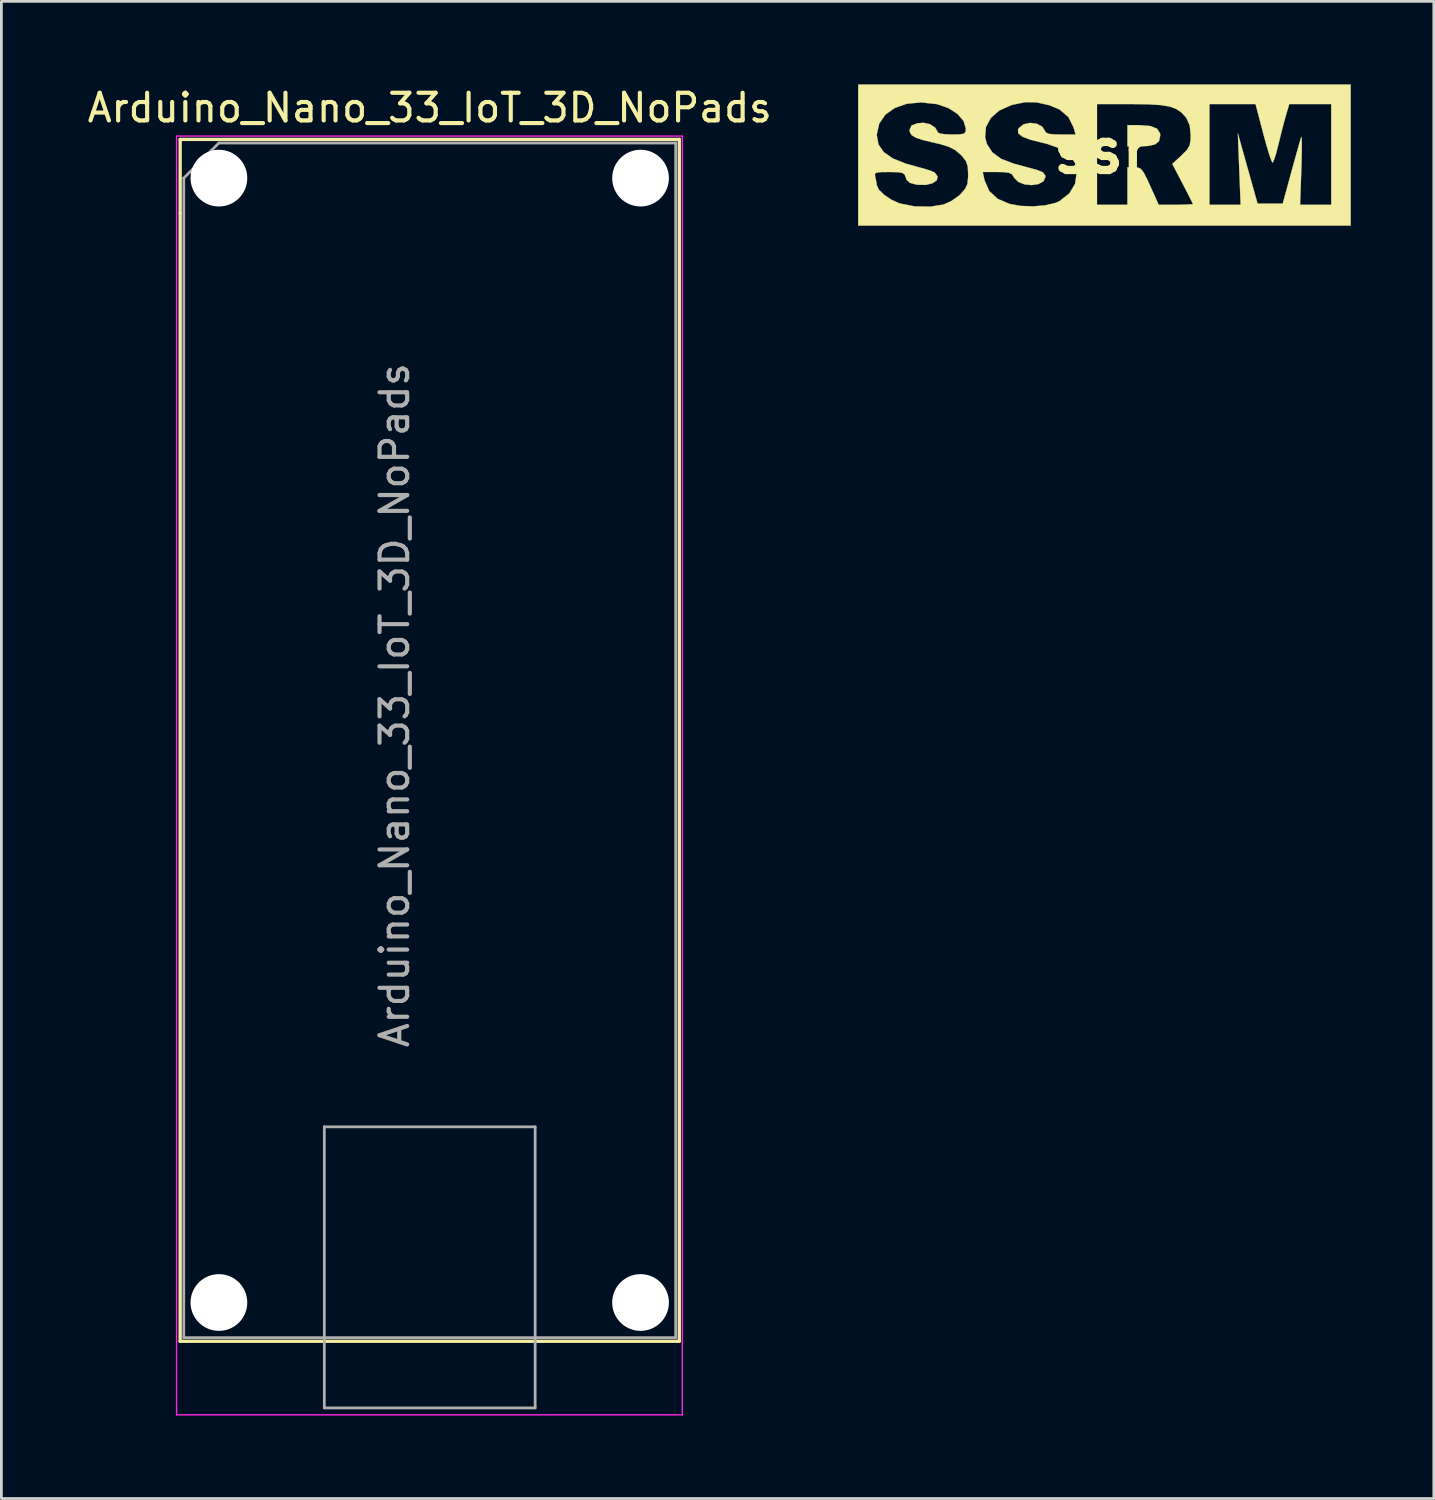
<source format=kicad_pcb>
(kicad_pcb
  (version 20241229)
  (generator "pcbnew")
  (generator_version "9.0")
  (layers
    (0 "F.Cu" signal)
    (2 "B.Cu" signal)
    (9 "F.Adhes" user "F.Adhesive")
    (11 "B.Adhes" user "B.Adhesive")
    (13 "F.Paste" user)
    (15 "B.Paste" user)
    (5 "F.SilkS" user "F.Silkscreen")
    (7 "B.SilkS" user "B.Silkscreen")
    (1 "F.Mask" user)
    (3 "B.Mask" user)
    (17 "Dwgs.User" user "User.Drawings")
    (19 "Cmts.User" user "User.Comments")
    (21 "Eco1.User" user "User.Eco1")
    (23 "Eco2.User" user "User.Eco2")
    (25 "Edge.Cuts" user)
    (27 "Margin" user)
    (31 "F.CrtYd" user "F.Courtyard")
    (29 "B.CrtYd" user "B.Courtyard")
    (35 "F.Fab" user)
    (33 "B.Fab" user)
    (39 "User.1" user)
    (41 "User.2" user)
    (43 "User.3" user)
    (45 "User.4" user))
  (footprint "ssr"
    (layer "F.Cu")
    (at 36.769 2.405)
    (property "Reference" "ssr" (at 0 0 0) (layer "F.SilkS") (effects (font (size 1.524 1.524) (thickness 0.3))))
    (attr through_hole)
    (fp_poly (pts (xy 1.756 -0.9) (xy 2.003 -0.802) (xy 2.11 -0.633) (xy 2.117 -0.564) (xy 2.075 -0.361) (xy 1.935 -0.237) (xy 1.672 -0.179) (xy 1.422 -0.169) (xy 0.931 -0.169) (xy 0.931 -0.931) (xy 1.36 -0.931) (xy 1.756 -0.9)) (stroke (width 0.01) (type solid)) (fill yes) (layer "F.SilkS"))
    (fp_poly (pts (xy 9 2.7) (xy -8.8 2.7) (xy -8.8 0.832) (xy -8.196 0.832) (xy -8.189 0.921) (xy -8.181 0.953) (xy -8.14 1.143) (xy -8.129 1.237) (xy -8.056 1.396) (xy -7.869 1.581) (xy -7.612 1.756) (xy -7.33 1.887) (xy -7.29 1.9) (xy -6.759 2.004) (xy -6.196 2.015) (xy -5.719 1.938) (xy -5.443 1.816) (xy -5.17 1.625) (xy -5.105 1.566) (xy -4.934 1.371) (xy -4.851 1.185) (xy -4.827 0.929) (xy -4.826 0.847) (xy -4.83 0.762) (xy -4.3 0.762) (xy -4.23 1.072) (xy -4.064 1.447) (xy -3.757 1.732) (xy -3.331 1.915) (xy -2.926 1.988) (xy -2.474 2.003) (xy -2.035 1.966) (xy -1.667 1.878) (xy -1.519 1.811) (xy -1.165 1.532) (xy -0.963 1.192) (xy -0.903 0.795) (xy -0.965 0.434) (xy -1.156 0.145) (xy -1.488 -0.081) (xy -1.97 -0.254) (xy -2.142 -0.295) (xy -2.582 -0.407) (xy -2.866 -0.516) (xy -3.01 -0.63) (xy -3.026 -0.758) (xy -2.997 -0.821) (xy -2.829 -0.96) (xy -2.591 -1.013) (xy -2.343 -0.983) (xy -2.147 -0.875) (xy -2.074 -0.762) (xy -2.022 -0.668) (xy -1.912 -0.617) (xy -1.703 -0.596) (xy -1.482 -0.593) (xy -0.943 -0.593) (xy -1.02 -0.86) (xy -1.205 -1.228) (xy -1.525 -1.499) (xy -1.894 -1.653) (xy -2.075 -1.693) (xy -0.169 -1.693) (xy -0.169 1.947) (xy 0.931 1.947) (xy 0.931 0.593) (xy 1.191 0.593) (xy 1.322 0.604) (xy 1.422 0.656) (xy 1.519 0.781) (xy 1.637 1.009) (xy 1.756 1.27) (xy 2.061 1.947) (xy 2.681 1.947) (xy 2.981 1.945) (xy 3.201 1.938) (xy 3.3 1.928) (xy 3.302 1.926) (xy 3.265 1.847) (xy 3.167 1.652) (xy 3.024 1.374) (xy 2.927 1.187) (xy 2.553 0.47) (xy 2.885 0.163) (xy 3.083 -0.037) (xy 3.182 -0.207) (xy 3.215 -0.424) (xy 3.217 -0.568) (xy 3.183 -0.921) (xy 3.067 -1.181) (xy 3.034 -1.227) (xy 2.877 -1.396) (xy 2.692 -1.519) (xy 2.451 -1.605) (xy 2.127 -1.658) (xy 1.692 -1.685) (xy 1.118 -1.693) (xy 1.061 -1.693) (xy 3.895 -1.693) (xy 3.895 1.947) (xy 5.022 1.947) (xy 4.972 0.656) (xy 4.922 -0.635) (xy 5.278 0.635) (xy 5.635 1.905) (xy 6.544 1.905) (xy 6.856 0.762) (xy 6.973 0.337) (xy 7.077 -0.035) (xy 7.158 -0.321) (xy 7.208 -0.487) (xy 7.215 -0.508) (xy 7.228 -0.473) (xy 7.234 -0.295) (xy 7.233 0.002) (xy 7.225 0.393) (xy 7.217 0.656) (xy 7.171 1.947) (xy 8.297 1.947) (xy 8.297 -1.693) (xy 6.78 -1.693) (xy 6.661 -1.291) (xy 6.582 -1.004) (xy 6.485 -0.63) (xy 6.392 -0.248) (xy 6.388 -0.233) (xy 6.31 0.073) (xy 6.237 0.303) (xy 6.185 0.417) (xy 6.175 0.423) (xy 6.133 0.346) (xy 6.059 0.136) (xy 5.964 -0.178) (xy 5.857 -0.564) (xy 5.839 -0.635) (xy 5.561 -1.693) (xy 3.895 -1.693) (xy 1.061 -1.693) (xy -0.169 -1.693) (xy -2.075 -1.693) (xy -2.352 -1.756) (xy -2.76 -1.762) (xy -3.208 -1.671) (xy -3.275 -1.651) (xy -3.701 -1.461) (xy -4.008 -1.19) (xy -4.184 -0.862) (xy -4.214 -0.498) (xy -4.147 -0.25) (xy -3.95 0.055) (xy -3.631 0.287) (xy -3.17 0.462) (xy -3.14 0.47) (xy -2.811 0.559) (xy -2.492 0.645) (xy -2.349 0.683) (xy -2.123 0.773) (xy -2.036 0.895) (xy -2.032 0.937) (xy -2.103 1.098) (xy -2.284 1.198) (xy -2.529 1.235) (xy -2.789 1.208) (xy -3.018 1.118) (xy -3.167 0.964) (xy -3.174 0.95) (xy -3.241 0.845) (xy -3.355 0.788) (xy -3.56 0.765) (xy -3.779 0.762) (xy -4.3 0.762) (xy -4.83 0.762) (xy -4.841 0.561) (xy -4.907 0.365) (xy -5.053 0.18) (xy -5.104 0.128) (xy -5.293 -0.031) (xy -5.518 -0.148) (xy -5.831 -0.245) (xy -6.057 -0.297) (xy -6.459 -0.393) (xy -6.722 -0.48) (xy -6.871 -0.572) (xy -6.934 -0.683) (xy -6.943 -0.763) (xy -6.873 -0.919) (xy -6.658 -1.001) (xy -6.434 -1.016) (xy -6.207 -0.966) (xy -6.017 -0.843) (xy -5.928 -0.689) (xy -5.927 -0.671) (xy -5.85 -0.63) (xy -5.65 -0.601) (xy -5.419 -0.593) (xy -5.137 -0.597) (xy -4.985 -0.621) (xy -4.923 -0.682) (xy -4.911 -0.798) (xy -4.911 -0.813) (xy -4.99 -1.081) (xy -5.206 -1.333) (xy -5.527 -1.543) (xy -5.922 -1.683) (xy -5.961 -1.692) (xy -6.529 -1.754) (xy -7.041 -1.705) (xy -7.478 -1.553) (xy -7.818 -1.311) (xy -8.041 -0.988) (xy -8.128 -0.596) (xy -8.128 -0.566) (xy -8.068 -0.235) (xy -7.88 0.04) (xy -7.552 0.269) (xy -7.075 0.461) (xy -6.722 0.559) (xy -6.416 0.642) (xy -6.169 0.722) (xy -6.034 0.784) (xy -6.032 0.785) (xy -5.927 0.93) (xy -5.963 1.064) (xy -6.115 1.169) (xy -6.356 1.228) (xy -6.659 1.222) (xy -6.696 1.217) (xy -6.933 1.153) (xy -7.052 1.041) (xy -7.08 0.963) (xy -7.121 0.854) (xy -7.204 0.794) (xy -7.37 0.768) (xy -7.662 0.762) (xy -7.681 0.762) (xy -7.976 0.765) (xy -8.136 0.784) (xy -8.196 0.832) (xy -8.8 0.832) (xy -8.8 -2.4) (xy 9 -2.4) (xy 9 2.7)) (stroke (width 0.01) (type solid)) (fill yes) (layer "F.SilkS")))
  (footprint "Arduino_Nano_33_IoT_3D_NoPads"
    (layer "F.Cu")
    (at 4.862 5.928)
    (property "Reference" "Arduino_Nano_33_IoT_3D_NoPads" (at 7.62 -5.08 0) (layer "F.SilkS") (effects (font (size 1 1) (thickness 0.15))))
    (attr through_hole)
    (fp_line (start -1.4 -3.94) (end -1.4 -1.27) (stroke (width 0.12) (type solid)) (layer "F.SilkS"))
    (fp_line (start -1.4 -1.27) (end -1.4 39.5) (stroke (width 0.12) (type solid)) (layer "F.SilkS"))
    (fp_line (start -1.4 39.5) (end 16.64 39.5) (stroke (width 0.12) (type solid)) (layer "F.SilkS"))
    (fp_line (start 16.64 -3.94) (end -1.4 -3.94) (stroke (width 0.12) (type solid)) (layer "F.SilkS"))
    (fp_line (start 16.64 39.5) (end 16.64 -3.94) (stroke (width 0.12) (type solid)) (layer "F.SilkS"))
    (fp_line (start -1.53 -4.06) (end -1.53 42.16) (stroke (width 0.05) (type solid)) (layer "F.CrtYd"))
    (fp_line (start -1.53 -4.06) (end 16.75 -4.06) (stroke (width 0.05) (type solid)) (layer "F.CrtYd"))
    (fp_line (start 16.75 42.16) (end -1.53 42.16) (stroke (width 0.05) (type solid)) (layer "F.CrtYd"))
    (fp_line (start 16.75 42.16) (end 16.75 -4.06) (stroke (width 0.05) (type solid)) (layer "F.CrtYd"))
    (fp_line (start -1.27 -2.54) (end 0 -3.81) (stroke (width 0.1) (type solid)) (layer "F.Fab"))
    (fp_line (start -1.27 39.37) (end -1.27 -2.54) (stroke (width 0.1) (type solid)) (layer "F.Fab"))
    (fp_line (start 0 -3.81) (end 16.51 -3.81) (stroke (width 0.1) (type solid)) (layer "F.Fab"))
    (fp_line (start 3.81 31.75) (end 11.43 31.75) (stroke (width 0.1) (type solid)) (layer "F.Fab"))
    (fp_line (start 3.81 41.91) (end 3.81 31.75) (stroke (width 0.1) (type solid)) (layer "F.Fab"))
    (fp_line (start 11.43 31.75) (end 11.43 41.91) (stroke (width 0.1) (type solid)) (layer "F.Fab"))
    (fp_line (start 11.43 41.91) (end 3.81 41.91) (stroke (width 0.1) (type solid)) (layer "F.Fab"))
    (fp_line (start 16.51 -3.81) (end 16.51 39.37) (stroke (width 0.1) (type solid)) (layer "F.Fab"))
    (fp_line (start 16.51 39.37) (end -1.27 39.37) (stroke (width 0.1) (type solid)) (layer "F.Fab"))
    (fp_text user "${REFERENCE}" (at 6.35 16.51 90) (layer "F.Fab") (effects (font (size 1 1) (thickness 0.15))))
    (pad "" np_thru_hole circle (at 0 -2.54) (size 2.05 2.05) (drill 2.05) (layers "*.Cu" "*.Mask"))
    (pad "" np_thru_hole circle (at 0 38.1) (size 2.05 2.05) (drill 2.05) (layers "*.Cu" "*.Mask"))
    (pad "" np_thru_hole circle (at 15.24 -2.54) (size 2.05 2.05) (drill 2.05) (layers "*.Cu" "*.Mask"))
    (pad "" np_thru_hole circle (at 15.24 38.1) (size 2.05 2.05) (drill 2.05) (layers "*.Cu" "*.Mask")))
  (gr_rect
    (start -3 -3)
    (end 48.774 51.113)
    (stroke (width 0.1) (type default))
    (fill no)
    (layer "Edge.Cuts")))
</source>
